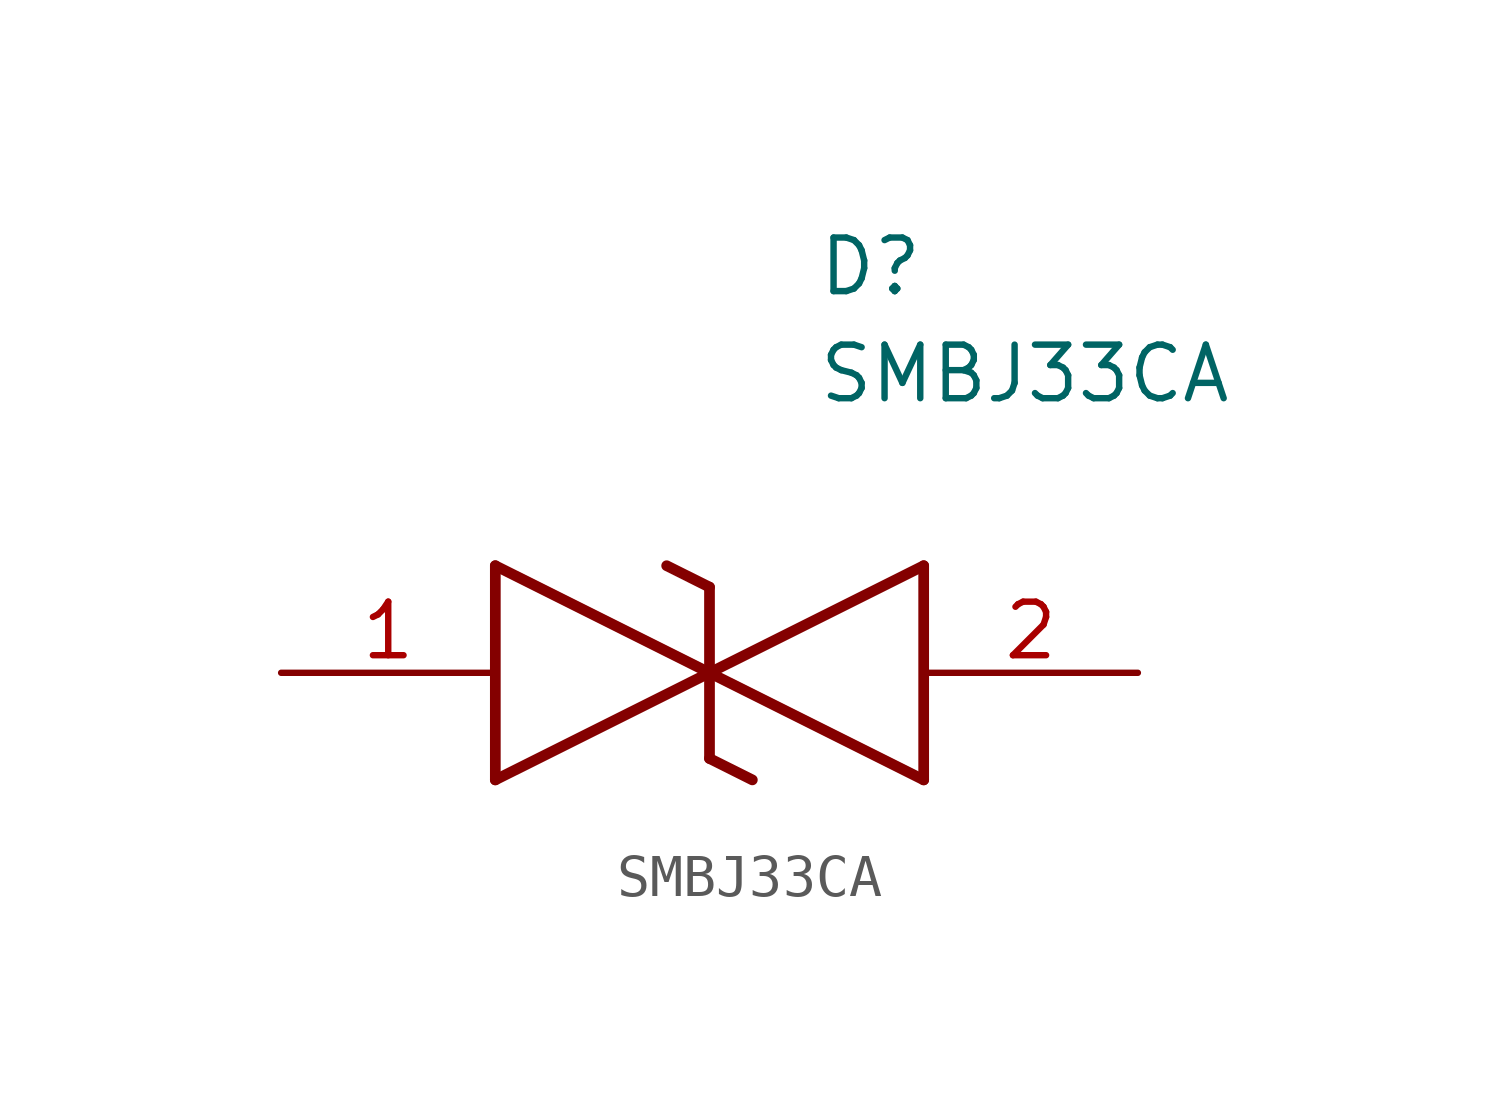
<source format=kicad_sym>
(kicad_symbol_lib
  (version 20211014)
  (generator SamacSys_ECAD_Model)
  (symbol "SMBJ33CA"
    (pin_names hide)
    (property "Reference" "D"
      (at 12.7 8.89 0)
      (effects (font (size 1.27 1.27)) (justify left bottom)))
    (property "Value" "SMBJ33CA"
      (at 12.7 6.35 0)
      (effects (font (size 1.27 1.27)) (justify left bottom)))
    (polyline
      (pts (xy 10.16 0) (xy 5.08 -2.54))
      (stroke (width 0.254) (type default))
      (fill (type none)))
    (polyline
      (pts (xy 5.08 2.54) (xy 5.08 -2.54))
      (stroke (width 0.254) (type default))
      (fill (type none)))
    (polyline
      (pts (xy 5.08 2.54) (xy 10.16 0))
      (stroke (width 0.254) (type default))
      (fill (type none)))
    (polyline
      (pts (xy 10.16 0) (xy 15.24 -2.54))
      (stroke (width 0.254) (type default))
      (fill (type none)))
    (polyline
      (pts (xy 15.24 2.54) (xy 15.24 -2.54))
      (stroke (width 0.254) (type default))
      (fill (type none)))
    (polyline
      (pts (xy 15.24 2.54) (xy 10.16 0))
      (stroke (width 0.254) (type default))
      (fill (type none)))
    (polyline
      (pts (xy 10.16 -2.032) (xy 10.16 2.032))
      (stroke (width 0.254) (type default))
      (fill (type none)))
    (polyline
      (pts (xy 9.144 2.54) (xy 10.16 2.032))
      (stroke (width 0.254) (type default))
      (fill (type none)))
    (polyline
      (pts (xy 10.16 -2.032) (xy 11.176 -2.54))
      (stroke (width 0.254) (type default))
      (fill (type none)))
    (pin passive line
      (at 0 0 0)
      (length 5.08)
      (name "1" (effects (font (size 1.27 1.27))))
      (number "1" (effects (font (size 1.27 1.27)))))
    (pin passive line
      (at 20.32 0 180)
      (length 5.08)
      (name "2" (effects (font (size 1.27 1.27))))
      (number "2" (effects (font (size 1.27 1.27)))))))
</source>
